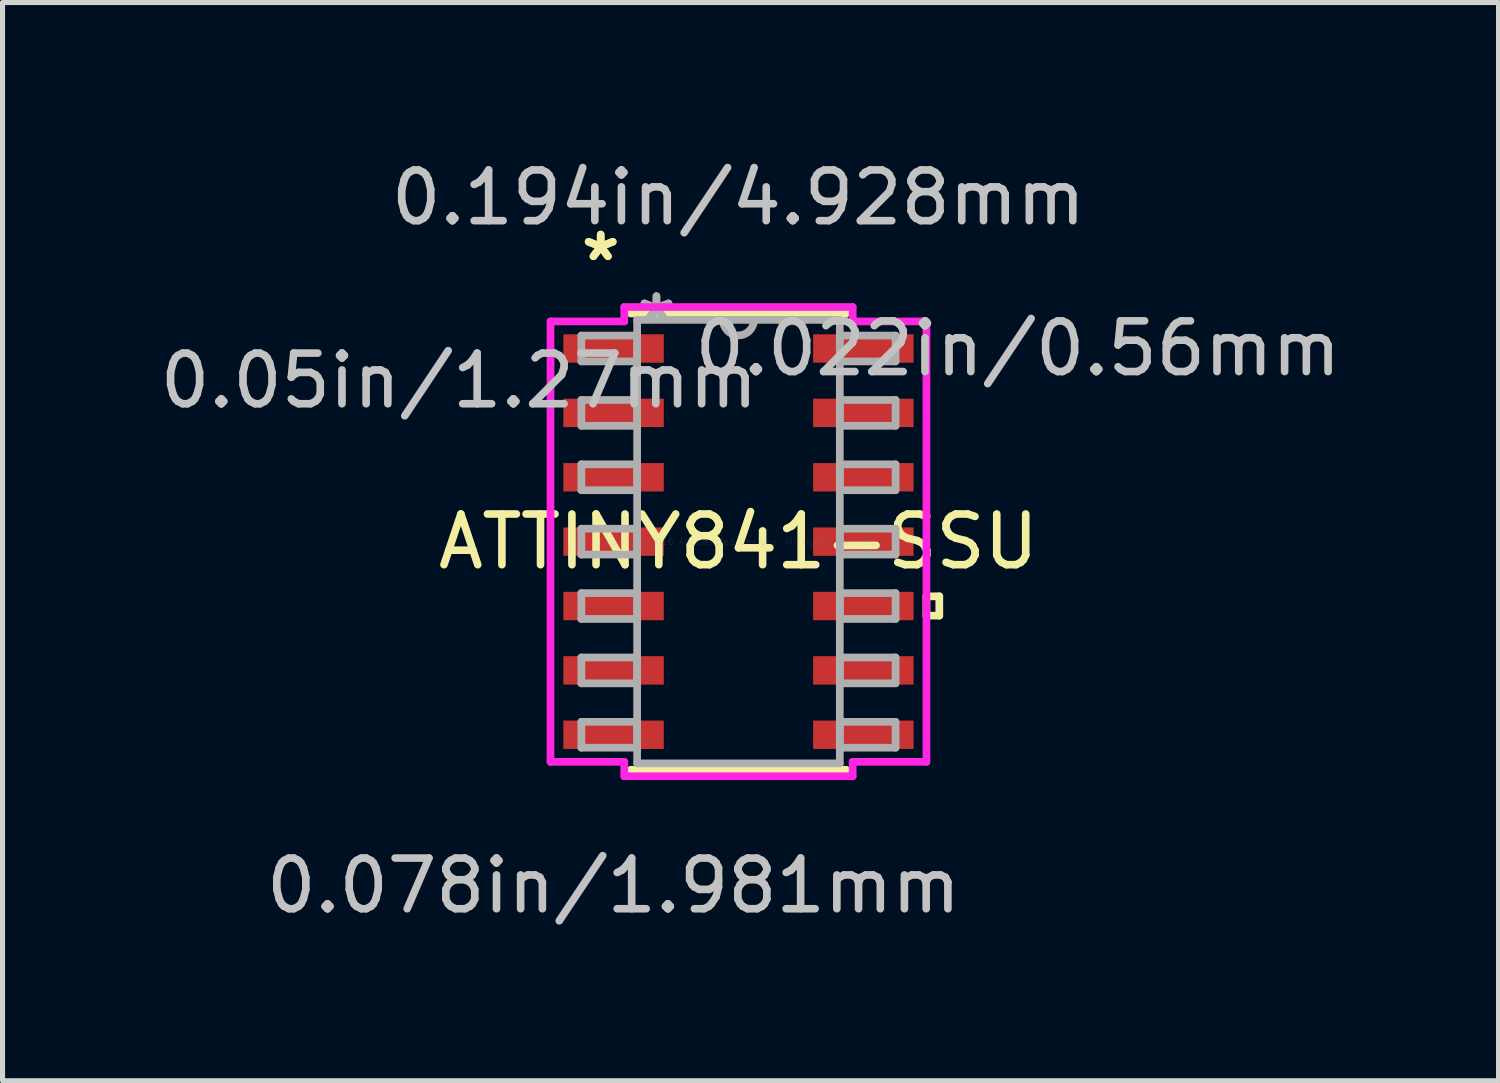
<source format=kicad_pcb>
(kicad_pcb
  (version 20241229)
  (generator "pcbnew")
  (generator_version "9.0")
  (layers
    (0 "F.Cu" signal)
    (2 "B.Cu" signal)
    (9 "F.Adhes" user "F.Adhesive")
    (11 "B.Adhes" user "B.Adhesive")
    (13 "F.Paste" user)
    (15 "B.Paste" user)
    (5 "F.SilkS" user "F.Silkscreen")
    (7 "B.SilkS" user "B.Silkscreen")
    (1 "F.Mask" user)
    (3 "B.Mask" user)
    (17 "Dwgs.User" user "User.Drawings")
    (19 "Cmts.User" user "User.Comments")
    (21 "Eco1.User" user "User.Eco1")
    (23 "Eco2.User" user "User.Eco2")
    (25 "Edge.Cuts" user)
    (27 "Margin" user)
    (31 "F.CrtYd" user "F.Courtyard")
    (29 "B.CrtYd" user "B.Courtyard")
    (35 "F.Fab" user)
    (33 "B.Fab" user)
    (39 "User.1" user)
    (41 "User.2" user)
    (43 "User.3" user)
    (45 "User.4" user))
  (footprint "ATTINY841-SSU"
    (layer "F.Cu")
    (at 11.518 7.635)
    (property "Reference" "ATTINY841-SSU" (at 0 0 0) (layer "F.SilkS") (effects (font (size 1 1) (thickness 0.15))))
    (attr through_hole)
    (fp_line (start -2.126 4.501) (end 2.126 4.501) (stroke (width 0.152) (type solid)) (layer "F.SilkS"))
    (fp_line (start 2.126 -4.501) (end -2.126 -4.501) (stroke (width 0.152) (type solid)) (layer "F.SilkS"))
    (fp_line (start 3.708 1.079) (end 3.962 1.079) (stroke (width 0.152) (type solid)) (layer "F.SilkS"))
    (fp_line (start 3.708 1.46) (end 3.708 1.079) (stroke (width 0.152) (type solid)) (layer "F.SilkS"))
    (fp_line (start 3.962 1.079) (end 3.962 1.46) (stroke (width 0.152) (type solid)) (layer "F.SilkS"))
    (fp_line (start 3.962 1.46) (end 3.708 1.46) (stroke (width 0.152) (type solid)) (layer "F.SilkS"))
    (fp_line (start -3.708 -4.344) (end -2.253 -4.344) (stroke (width 0.152) (type solid)) (layer "F.CrtYd"))
    (fp_line (start -3.708 4.344) (end -3.708 -4.344) (stroke (width 0.152) (type solid)) (layer "F.CrtYd"))
    (fp_line (start -2.253 -4.628) (end 2.253 -4.628) (stroke (width 0.152) (type solid)) (layer "F.CrtYd"))
    (fp_line (start -2.253 -4.344) (end -2.253 -4.628) (stroke (width 0.152) (type solid)) (layer "F.CrtYd"))
    (fp_line (start -2.253 4.344) (end -3.708 4.344) (stroke (width 0.152) (type solid)) (layer "F.CrtYd"))
    (fp_line (start -2.253 4.628) (end -2.253 4.344) (stroke (width 0.152) (type solid)) (layer "F.CrtYd"))
    (fp_line (start 2.253 -4.628) (end 2.253 -4.344) (stroke (width 0.152) (type solid)) (layer "F.CrtYd"))
    (fp_line (start 2.253 -4.344) (end 3.708 -4.344) (stroke (width 0.152) (type solid)) (layer "F.CrtYd"))
    (fp_line (start 2.253 4.344) (end 2.253 4.628) (stroke (width 0.152) (type solid)) (layer "F.CrtYd"))
    (fp_line (start 2.253 4.628) (end -2.253 4.628) (stroke (width 0.152) (type solid)) (layer "F.CrtYd"))
    (fp_line (start 3.708 -4.344) (end 3.708 4.344) (stroke (width 0.152) (type solid)) (layer "F.CrtYd"))
    (fp_line (start 3.708 4.344) (end 2.253 4.344) (stroke (width 0.152) (type solid)) (layer "F.CrtYd"))
    (fp_line (start -3.099 -4.065) (end -3.099 -3.555) (stroke (width 0.152) (type solid)) (layer "F.Fab"))
    (fp_line (start -3.099 -3.555) (end -1.999 -3.555) (stroke (width 0.152) (type solid)) (layer "F.Fab"))
    (fp_line (start -3.099 -2.795) (end -3.099 -2.285) (stroke (width 0.152) (type solid)) (layer "F.Fab"))
    (fp_line (start -3.099 -2.285) (end -1.999 -2.285) (stroke (width 0.152) (type solid)) (layer "F.Fab"))
    (fp_line (start -3.099 -1.525) (end -3.099 -1.015) (stroke (width 0.152) (type solid)) (layer "F.Fab"))
    (fp_line (start -3.099 -1.015) (end -1.999 -1.015) (stroke (width 0.152) (type solid)) (layer "F.Fab"))
    (fp_line (start -3.099 -0.255) (end -3.099 0.255) (stroke (width 0.152) (type solid)) (layer "F.Fab"))
    (fp_line (start -3.099 0.255) (end -1.999 0.255) (stroke (width 0.152) (type solid)) (layer "F.Fab"))
    (fp_line (start -3.099 1.015) (end -3.099 1.525) (stroke (width 0.152) (type solid)) (layer "F.Fab"))
    (fp_line (start -3.099 1.525) (end -1.999 1.525) (stroke (width 0.152) (type solid)) (layer "F.Fab"))
    (fp_line (start -3.099 2.285) (end -3.099 2.795) (stroke (width 0.152) (type solid)) (layer "F.Fab"))
    (fp_line (start -3.099 2.795) (end -1.999 2.795) (stroke (width 0.152) (type solid)) (layer "F.Fab"))
    (fp_line (start -3.099 3.555) (end -3.099 4.065) (stroke (width 0.152) (type solid)) (layer "F.Fab"))
    (fp_line (start -3.099 4.065) (end -1.999 4.065) (stroke (width 0.152) (type solid)) (layer "F.Fab"))
    (fp_line (start -1.999 -4.374) (end -1.999 4.374) (stroke (width 0.152) (type solid)) (layer "F.Fab"))
    (fp_line (start -1.999 -4.065) (end -3.099 -4.065) (stroke (width 0.152) (type solid)) (layer "F.Fab"))
    (fp_line (start -1.999 -3.555) (end -1.999 -4.065) (stroke (width 0.152) (type solid)) (layer "F.Fab"))
    (fp_line (start -1.999 -2.795) (end -3.099 -2.795) (stroke (width 0.152) (type solid)) (layer "F.Fab"))
    (fp_line (start -1.999 -2.285) (end -1.999 -2.795) (stroke (width 0.152) (type solid)) (layer "F.Fab"))
    (fp_line (start -1.999 -1.525) (end -3.099 -1.525) (stroke (width 0.152) (type solid)) (layer "F.Fab"))
    (fp_line (start -1.999 -1.015) (end -1.999 -1.525) (stroke (width 0.152) (type solid)) (layer "F.Fab"))
    (fp_line (start -1.999 -0.255) (end -3.099 -0.255) (stroke (width 0.152) (type solid)) (layer "F.Fab"))
    (fp_line (start -1.999 0.255) (end -1.999 -0.255) (stroke (width 0.152) (type solid)) (layer "F.Fab"))
    (fp_line (start -1.999 1.015) (end -3.099 1.015) (stroke (width 0.152) (type solid)) (layer "F.Fab"))
    (fp_line (start -1.999 1.525) (end -1.999 1.015) (stroke (width 0.152) (type solid)) (layer "F.Fab"))
    (fp_line (start -1.999 2.285) (end -3.099 2.285) (stroke (width 0.152) (type solid)) (layer "F.Fab"))
    (fp_line (start -1.999 2.795) (end -1.999 2.285) (stroke (width 0.152) (type solid)) (layer "F.Fab"))
    (fp_line (start -1.999 3.555) (end -3.099 3.555) (stroke (width 0.152) (type solid)) (layer "F.Fab"))
    (fp_line (start -1.999 4.065) (end -1.999 3.555) (stroke (width 0.152) (type solid)) (layer "F.Fab"))
    (fp_line (start -1.999 4.374) (end 1.999 4.374) (stroke (width 0.152) (type solid)) (layer "F.Fab"))
    (fp_line (start 1.999 -4.374) (end -1.999 -4.374) (stroke (width 0.152) (type solid)) (layer "F.Fab"))
    (fp_line (start 1.999 -4.065) (end 1.999 -3.555) (stroke (width 0.152) (type solid)) (layer "F.Fab"))
    (fp_line (start 1.999 -3.555) (end 3.099 -3.555) (stroke (width 0.152) (type solid)) (layer "F.Fab"))
    (fp_line (start 1.999 -2.795) (end 1.999 -2.285) (stroke (width 0.152) (type solid)) (layer "F.Fab"))
    (fp_line (start 1.999 -2.285) (end 3.099 -2.285) (stroke (width 0.152) (type solid)) (layer "F.Fab"))
    (fp_line (start 1.999 -1.525) (end 1.999 -1.015) (stroke (width 0.152) (type solid)) (layer "F.Fab"))
    (fp_line (start 1.999 -1.015) (end 3.099 -1.015) (stroke (width 0.152) (type solid)) (layer "F.Fab"))
    (fp_line (start 1.999 -0.255) (end 1.999 0.255) (stroke (width 0.152) (type solid)) (layer "F.Fab"))
    (fp_line (start 1.999 0.255) (end 3.099 0.255) (stroke (width 0.152) (type solid)) (layer "F.Fab"))
    (fp_line (start 1.999 1.015) (end 1.999 1.525) (stroke (width 0.152) (type solid)) (layer "F.Fab"))
    (fp_line (start 1.999 1.525) (end 3.099 1.525) (stroke (width 0.152) (type solid)) (layer "F.Fab"))
    (fp_line (start 1.999 2.285) (end 1.999 2.795) (stroke (width 0.152) (type solid)) (layer "F.Fab"))
    (fp_line (start 1.999 2.795) (end 3.099 2.795) (stroke (width 0.152) (type solid)) (layer "F.Fab"))
    (fp_line (start 1.999 3.555) (end 1.999 4.065) (stroke (width 0.152) (type solid)) (layer "F.Fab"))
    (fp_line (start 1.999 4.065) (end 3.099 4.065) (stroke (width 0.152) (type solid)) (layer "F.Fab"))
    (fp_line (start 1.999 4.374) (end 1.999 -4.374) (stroke (width 0.152) (type solid)) (layer "F.Fab"))
    (fp_line (start 3.099 -4.065) (end 1.999 -4.065) (stroke (width 0.152) (type solid)) (layer "F.Fab"))
    (fp_line (start 3.099 -3.555) (end 3.099 -4.065) (stroke (width 0.152) (type solid)) (layer "F.Fab"))
    (fp_line (start 3.099 -2.795) (end 1.999 -2.795) (stroke (width 0.152) (type solid)) (layer "F.Fab"))
    (fp_line (start 3.099 -2.285) (end 3.099 -2.795) (stroke (width 0.152) (type solid)) (layer "F.Fab"))
    (fp_line (start 3.099 -1.525) (end 1.999 -1.525) (stroke (width 0.152) (type solid)) (layer "F.Fab"))
    (fp_line (start 3.099 -1.015) (end 3.099 -1.525) (stroke (width 0.152) (type solid)) (layer "F.Fab"))
    (fp_line (start 3.099 -0.255) (end 1.999 -0.255) (stroke (width 0.152) (type solid)) (layer "F.Fab"))
    (fp_line (start 3.099 0.255) (end 3.099 -0.255) (stroke (width 0.152) (type solid)) (layer "F.Fab"))
    (fp_line (start 3.099 1.015) (end 1.999 1.015) (stroke (width 0.152) (type solid)) (layer "F.Fab"))
    (fp_line (start 3.099 1.525) (end 3.099 1.015) (stroke (width 0.152) (type solid)) (layer "F.Fab"))
    (fp_line (start 3.099 2.285) (end 1.999 2.285) (stroke (width 0.152) (type solid)) (layer "F.Fab"))
    (fp_line (start 3.099 2.795) (end 3.099 2.285) (stroke (width 0.152) (type solid)) (layer "F.Fab"))
    (fp_line (start 3.099 3.555) (end 1.999 3.555) (stroke (width 0.152) (type solid)) (layer "F.Fab"))
    (fp_line (start 3.099 4.065) (end 3.099 3.555) (stroke (width 0.152) (type solid)) (layer "F.Fab"))
    (fp_arc (start 0.3048 -4.37388) (mid 0 -4.06908) (end -0.3048 -4.37388) (stroke (width 0.1524) (type solid)) (layer "F.Fab"))
    (fp_text user "*" (at -2.718 -5.513 0) (layer "F.SilkS") (effects (font (size 1 1) (thickness 0.15))))
    (fp_text user "*" (at -2.718 -5.513 0) (layer "F.SilkS") (effects (font (size 1 1) (thickness 0.15))))
    (fp_text user "0.194in/4.928mm" (at 0 -6.787 0) (layer "Dwgs.User") (effects (font (size 1 1) (thickness 0.15))))
    (fp_text user "0.022in/0.56mm" (at 5.512 -3.81 0) (layer "Dwgs.User") (effects (font (size 1 1) (thickness 0.15))))
    (fp_text user "0.05in/1.27mm" (at -5.512 -3.175 0) (layer "Dwgs.User") (effects (font (size 1 1) (thickness 0.15))))
    (fp_text user "0.078in/1.981mm" (at -2.464 6.787 0) (layer "Dwgs.User") (effects (font (size 1 1) (thickness 0.15))))
    (fp_text user "Copyright 2016 Accelerated Designs. All rights reserved." (at 0 0 0) (layer "Cmts.User") (effects (font (size 0.127 0.127) (thickness 0.002))))
    (fp_text user "*" (at -1.618 -4.298 0) (layer "F.Fab") (effects (font (size 1 1) (thickness 0.15))))
    (fp_text user "*" (at -1.618 -4.298 0) (layer "F.Fab") (effects (font (size 1 1) (thickness 0.15))))
    (pad "1" smd rect (at -2.464 -3.81) (size 1.981 0.56) (layers "F.Cu" "F.Mask" "F.Paste"))
    (pad "2" smd rect (at -2.464 -2.54) (size 1.981 0.56) (layers "F.Cu" "F.Mask" "F.Paste"))
    (pad "3" smd rect (at -2.464 -1.27) (size 1.981 0.56) (layers "F.Cu" "F.Mask" "F.Paste"))
    (pad "4" smd rect (at -2.464 0) (size 1.981 0.56) (layers "F.Cu" "F.Mask" "F.Paste"))
    (pad "5" smd rect (at -2.464 1.27) (size 1.981 0.56) (layers "F.Cu" "F.Mask" "F.Paste"))
    (pad "6" smd rect (at -2.464 2.54) (size 1.981 0.56) (layers "F.Cu" "F.Mask" "F.Paste"))
    (pad "7" smd rect (at -2.464 3.81) (size 1.981 0.56) (layers "F.Cu" "F.Mask" "F.Paste"))
    (pad "8" smd rect (at 2.464 3.81) (size 1.981 0.56) (layers "F.Cu" "F.Mask" "F.Paste"))
    (pad "9" smd rect (at 2.464 2.54) (size 1.981 0.56) (layers "F.Cu" "F.Mask" "F.Paste"))
    (pad "10" smd rect (at 2.464 1.27) (size 1.981 0.56) (layers "F.Cu" "F.Mask" "F.Paste"))
    (pad "11" smd rect (at 2.464 0) (size 1.981 0.56) (layers "F.Cu" "F.Mask" "F.Paste"))
    (pad "12" smd rect (at 2.464 -1.27) (size 1.981 0.56) (layers "F.Cu" "F.Mask" "F.Paste"))
    (pad "13" smd rect (at 2.464 -2.54) (size 1.981 0.56) (layers "F.Cu" "F.Mask" "F.Paste"))
    (pad "14" smd rect (at 2.464 -3.81) (size 1.981 0.56) (layers "F.Cu" "F.Mask" "F.Paste")))
  (gr_rect
    (start -3 -3)
    (end 26.512 18.27)
    (stroke (width 0.1) (type default))
    (fill no)
    (layer "Edge.Cuts")))
</source>
